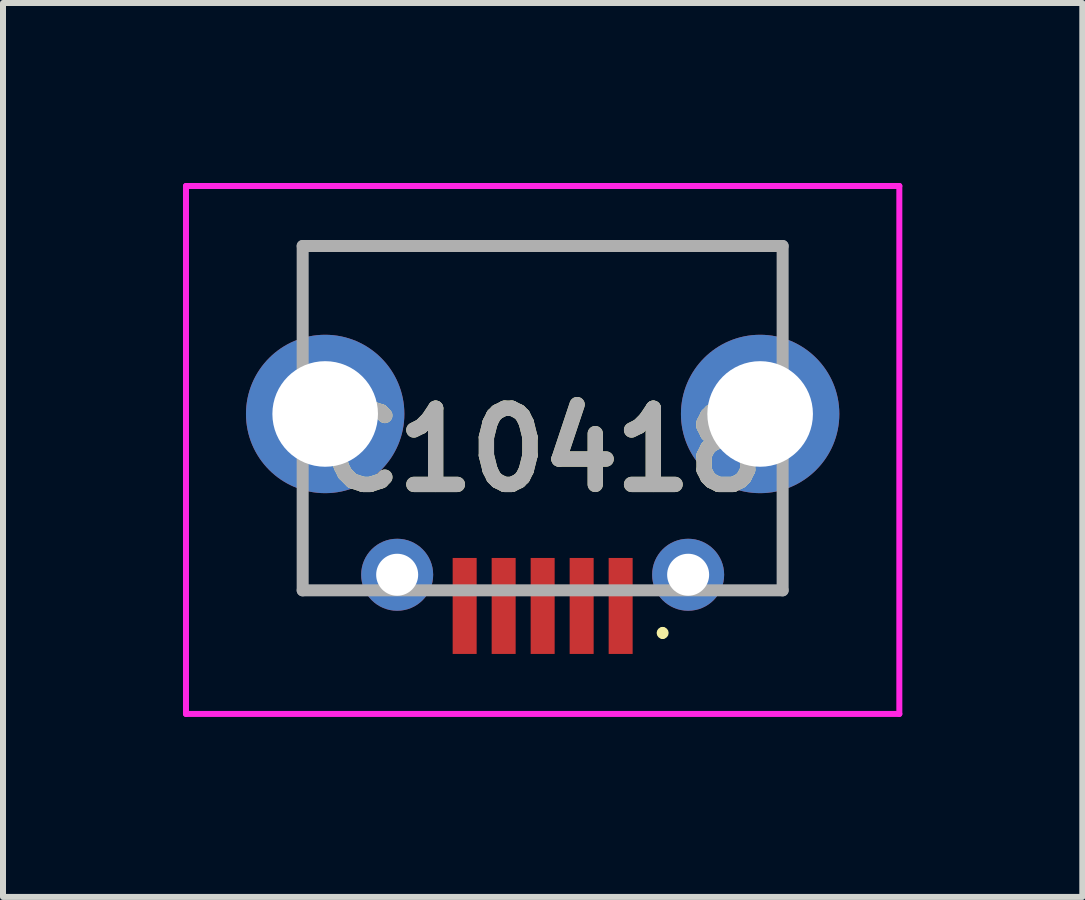
<source format=kicad_pcb>
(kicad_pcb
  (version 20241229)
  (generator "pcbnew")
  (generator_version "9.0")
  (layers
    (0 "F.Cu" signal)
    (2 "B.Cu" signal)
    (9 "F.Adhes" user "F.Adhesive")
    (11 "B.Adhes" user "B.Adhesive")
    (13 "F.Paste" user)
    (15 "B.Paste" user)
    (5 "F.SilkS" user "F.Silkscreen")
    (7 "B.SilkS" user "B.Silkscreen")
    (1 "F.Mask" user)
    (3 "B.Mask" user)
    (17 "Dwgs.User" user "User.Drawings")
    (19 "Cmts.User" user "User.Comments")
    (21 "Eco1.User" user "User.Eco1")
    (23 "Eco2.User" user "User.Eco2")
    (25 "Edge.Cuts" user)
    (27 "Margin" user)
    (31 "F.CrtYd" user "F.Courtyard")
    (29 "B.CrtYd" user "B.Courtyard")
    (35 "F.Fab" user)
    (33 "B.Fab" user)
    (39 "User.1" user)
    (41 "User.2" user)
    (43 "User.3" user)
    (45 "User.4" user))
  (footprint "C10418"
    (layer "F.Cu")
    (at 5.995 4.05)
    (property "Reference" "C10418" (at 0 0.4 0) (layer "F.SilkS") (effects (font (size 1.27 1.27) (thickness 0.254))))
    (attr through_hole)
    (fp_line (start -4 -3) (end 4 -3) (stroke (width 0.1) (type solid)) (layer "F.SilkS"))
    (fp_line (start -4 -1.8) (end -4 -3) (stroke (width 0.1) (type solid)) (layer "F.SilkS"))
    (fp_line (start -4 1.4) (end -4 2.74) (stroke (width 0.1) (type solid)) (layer "F.SilkS"))
    (fp_line (start -4 2.74) (end -3.2 2.74) (stroke (width 0.1) (type solid)) (layer "F.SilkS"))
    (fp_line (start 2 3.4) (end 2 3.4) (stroke (width 0.1) (type solid)) (layer "F.SilkS"))
    (fp_line (start 2 3.5) (end 2 3.5) (stroke (width 0.1) (type solid)) (layer "F.SilkS"))
    (fp_line (start 4 -3) (end 4 -1.8) (stroke (width 0.1) (type solid)) (layer "F.SilkS"))
    (fp_line (start 4 1.4) (end 4 2.74) (stroke (width 0.1) (type solid)) (layer "F.SilkS"))
    (fp_line (start 4 2.74) (end 3.2 2.74) (stroke (width 0.1) (type solid)) (layer "F.SilkS"))
    (fp_arc (start 2 3.4) (mid 2.05 3.45) (end 2 3.5) (stroke (width 0.1) (type solid)) (layer "F.SilkS"))
    (fp_arc (start 2 3.5) (mid 1.95 3.45) (end 2 3.4) (stroke (width 0.1) (type solid)) (layer "F.SilkS"))
    (fp_line (start -5.945 -4) (end 5.945 -4) (stroke (width 0.1) (type solid)) (layer "F.CrtYd"))
    (fp_line (start -5.945 4.8) (end -5.945 -4) (stroke (width 0.1) (type solid)) (layer "F.CrtYd"))
    (fp_line (start 5.945 -4) (end 5.945 4.8) (stroke (width 0.1) (type solid)) (layer "F.CrtYd"))
    (fp_line (start 5.945 4.8) (end -5.945 4.8) (stroke (width 0.1) (type solid)) (layer "F.CrtYd"))
    (fp_line (start -4 -3) (end 4 -3) (stroke (width 0.2) (type solid)) (layer "F.Fab"))
    (fp_line (start -4 2.74) (end -4 -3) (stroke (width 0.2) (type solid)) (layer "F.Fab"))
    (fp_line (start 4 -3) (end 4 2.74) (stroke (width 0.2) (type solid)) (layer "F.Fab"))
    (fp_line (start 4 2.74) (end -4 2.74) (stroke (width 0.2) (type solid)) (layer "F.Fab"))
    (fp_text user "${REFERENCE}" (at 0 0.4 0) (layer "F.Fab") (effects (font (size 1.27 1.27) (thickness 0.254))))
    (pad "1" smd rect (at 1.3 3) (size 0.4 1.6) (layers "F.Cu" "F.Mask" "F.Paste"))
    (pad "2" smd rect (at 0.65 3) (size 0.4 1.6) (layers "F.Cu" "F.Mask" "F.Paste"))
    (pad "3" smd rect (at 0 3) (size 0.4 1.6) (layers "F.Cu" "F.Mask" "F.Paste"))
    (pad "4" smd rect (at -0.65 3) (size 0.4 1.6) (layers "F.Cu" "F.Mask" "F.Paste"))
    (pad "5" smd rect (at -1.3 3) (size 0.4 1.6) (layers "F.Cu" "F.Mask" "F.Paste"))
    (pad "MH1" thru_hole circle (at -3.625 -0.2) (size 2.64 2.64) (drill 1.76) (layers "*.Cu" "*.Mask"))
    (pad "MH2" thru_hole circle (at 3.625 -0.2) (size 2.64 2.64) (drill 1.76) (layers "*.Cu" "*.Mask"))
    (pad "MH3" thru_hole circle (at -2.425 2.48) (size 1.2 1.2) (drill 0.7) (layers "*.Cu" "*.Mask"))
    (pad "MH4" thru_hole circle (at 2.425 2.48) (size 1.2 1.2) (drill 0.7) (layers "*.Cu" "*.Mask")))
  (gr_rect
    (start -3 -3)
    (end 14.99 11.9)
    (stroke (width 0.1) (type default))
    (fill no)
    (layer "Edge.Cuts")))
</source>
